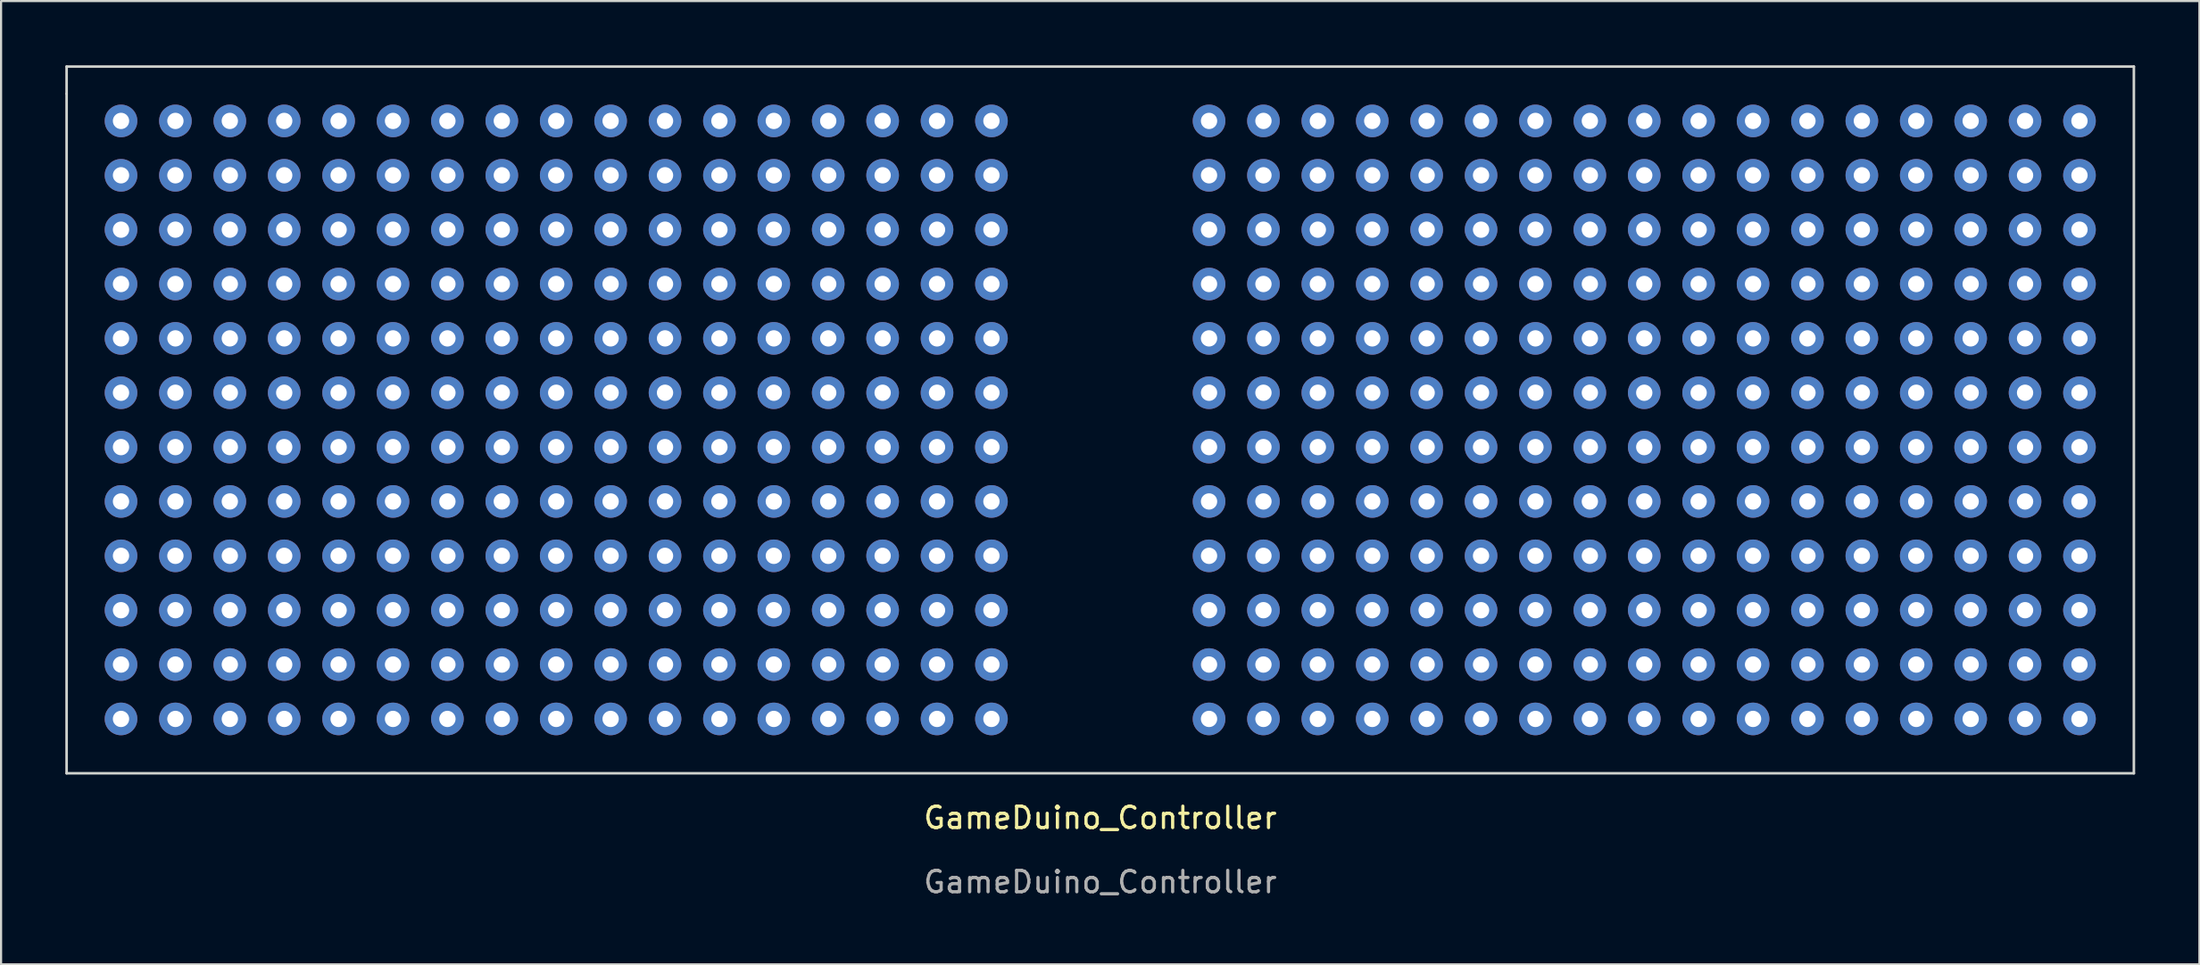
<source format=kicad_pcb>
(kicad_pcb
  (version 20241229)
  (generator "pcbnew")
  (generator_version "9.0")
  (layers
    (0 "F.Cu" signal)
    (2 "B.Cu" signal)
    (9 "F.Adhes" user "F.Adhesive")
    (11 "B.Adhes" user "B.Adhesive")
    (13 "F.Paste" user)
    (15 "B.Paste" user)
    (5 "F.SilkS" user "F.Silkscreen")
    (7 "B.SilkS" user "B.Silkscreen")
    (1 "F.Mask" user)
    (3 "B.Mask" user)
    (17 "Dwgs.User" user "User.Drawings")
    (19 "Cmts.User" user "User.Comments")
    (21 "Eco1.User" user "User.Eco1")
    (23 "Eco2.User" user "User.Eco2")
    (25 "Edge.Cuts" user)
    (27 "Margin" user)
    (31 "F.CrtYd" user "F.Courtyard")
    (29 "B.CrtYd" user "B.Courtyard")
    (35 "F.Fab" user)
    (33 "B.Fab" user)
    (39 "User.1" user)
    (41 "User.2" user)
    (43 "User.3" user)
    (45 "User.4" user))
  (footprint "GameDuino_Controller"
    (layer "F.Cu")
    (at 48.32 2.6)
    (property "Reference" "GameDuino_Controller" (at 0 32.56 0) (unlocked yes) (layer "F.SilkS") (effects (font (size 1 1) (thickness 0.15))))
    (attr through_hole)
    (fp_line (start -48.26 -2.54) (end -48.26 -1.27) (stroke (width 0.12) (type solid)) (layer "Edge.Cuts"))
    (fp_line (start -48.26 -1.27) (end -48.26 30.48) (stroke (width 0.12) (type solid)) (layer "Edge.Cuts"))
    (fp_line (start -48.26 30.48) (end 48.26 30.48) (stroke (width 0.12) (type solid)) (layer "Edge.Cuts"))
    (fp_line (start 48.26 -2.54) (end -48.26 -2.54) (stroke (width 0.12) (type solid)) (layer "Edge.Cuts"))
    (fp_line (start 48.26 30.48) (end 48.26 -2.54) (stroke (width 0.12) (type solid)) (layer "Edge.Cuts"))
    (fp_text user "${REFERENCE}" (at 0 35.56 0) (unlocked yes) (layer "F.Fab") (effects (font (size 1 1) (thickness 0.15))))
    (pad "1" thru_hole circle (at -45.72 0) (size 1.524 1.524) (drill 0.762) (layers "*.Cu" "*.Mask"))
    (pad "2" thru_hole circle (at -43.18 0) (size 1.524 1.524) (drill 0.762) (layers "*.Cu" "*.Mask"))
    (pad "3" thru_hole circle (at -40.64 0) (size 1.524 1.524) (drill 0.762) (layers "*.Cu" "*.Mask"))
    (pad "4" thru_hole circle (at -38.1 0) (size 1.524 1.524) (drill 0.762) (layers "*.Cu" "*.Mask"))
    (pad "5" thru_hole circle (at -35.56 0) (size 1.524 1.524) (drill 0.762) (layers "*.Cu" "*.Mask"))
    (pad "6" thru_hole circle (at -33.02 0) (size 1.524 1.524) (drill 0.762) (layers "*.Cu" "*.Mask"))
    (pad "7" thru_hole circle (at -30.48 0) (size 1.524 1.524) (drill 0.762) (layers "*.Cu" "*.Mask"))
    (pad "8" thru_hole circle (at -27.94 0) (size 1.524 1.524) (drill 0.762) (layers "*.Cu" "*.Mask"))
    (pad "9" thru_hole circle (at -25.4 0) (size 1.524 1.524) (drill 0.762) (layers "*.Cu" "*.Mask"))
    (pad "10" thru_hole circle (at -22.86 0) (size 1.524 1.524) (drill 0.762) (layers "*.Cu" "*.Mask"))
    (pad "11" thru_hole circle (at -20.32 0) (size 1.524 1.524) (drill 0.762) (layers "*.Cu" "*.Mask"))
    (pad "12" thru_hole circle (at -17.78 0) (size 1.524 1.524) (drill 0.762) (layers "*.Cu" "*.Mask"))
    (pad "13" thru_hole circle (at -15.24 0) (size 1.524 1.524) (drill 0.762) (layers "*.Cu" "*.Mask"))
    (pad "14" thru_hole circle (at -12.7 0) (size 1.524 1.524) (drill 0.762) (layers "*.Cu" "*.Mask"))
    (pad "15" thru_hole circle (at -10.16 0) (size 1.524 1.524) (drill 0.762) (layers "*.Cu" "*.Mask"))
    (pad "16" thru_hole circle (at -7.62 0) (size 1.524 1.524) (drill 0.762) (layers "*.Cu" "*.Mask"))
    (pad "17" thru_hole circle (at -5.08 0) (size 1.524 1.524) (drill 0.762) (layers "*.Cu" "*.Mask"))
    (pad "21" thru_hole circle (at 5.08 0) (size 1.524 1.524) (drill 0.762) (layers "*.Cu" "*.Mask"))
    (pad "22" thru_hole circle (at 7.62 0) (size 1.524 1.524) (drill 0.762) (layers "*.Cu" "*.Mask"))
    (pad "23" thru_hole circle (at 10.16 0) (size 1.524 1.524) (drill 0.762) (layers "*.Cu" "*.Mask"))
    (pad "24" thru_hole circle (at 12.7 0) (size 1.524 1.524) (drill 0.762) (layers "*.Cu" "*.Mask"))
    (pad "25" thru_hole circle (at 15.24 0) (size 1.524 1.524) (drill 0.762) (layers "*.Cu" "*.Mask"))
    (pad "26" thru_hole circle (at 17.78 0) (size 1.524 1.524) (drill 0.762) (layers "*.Cu" "*.Mask"))
    (pad "27" thru_hole circle (at 20.32 0) (size 1.524 1.524) (drill 0.762) (layers "*.Cu" "*.Mask"))
    (pad "28" thru_hole circle (at 22.86 0) (size 1.524 1.524) (drill 0.762) (layers "*.Cu" "*.Mask"))
    (pad "29" thru_hole circle (at 25.4 0) (size 1.524 1.524) (drill 0.762) (layers "*.Cu" "*.Mask"))
    (pad "30" thru_hole circle (at 27.94 0) (size 1.524 1.524) (drill 0.762) (layers "*.Cu" "*.Mask"))
    (pad "31" thru_hole circle (at 30.48 0) (size 1.524 1.524) (drill 0.762) (layers "*.Cu" "*.Mask"))
    (pad "32" thru_hole circle (at 33.02 0) (size 1.524 1.524) (drill 0.762) (layers "*.Cu" "*.Mask"))
    (pad "33" thru_hole circle (at 35.56 0) (size 1.524 1.524) (drill 0.762) (layers "*.Cu" "*.Mask"))
    (pad "34" thru_hole circle (at 38.1 0) (size 1.524 1.524) (drill 0.762) (layers "*.Cu" "*.Mask"))
    (pad "35" thru_hole circle (at 40.64 0) (size 1.524 1.524) (drill 0.762) (layers "*.Cu" "*.Mask"))
    (pad "36" thru_hole circle (at 43.18 0) (size 1.524 1.524) (drill 0.762) (layers "*.Cu" "*.Mask"))
    (pad "37" thru_hole circle (at 45.72 0) (size 1.524 1.524) (drill 0.762) (layers "*.Cu" "*.Mask"))
    (pad "38" thru_hole circle (at -45.72 2.54) (size 1.524 1.524) (drill 0.762) (layers "*.Cu" "*.Mask"))
    (pad "39" thru_hole circle (at -43.18 2.54) (size 1.524 1.524) (drill 0.762) (layers "*.Cu" "*.Mask"))
    (pad "40" thru_hole circle (at -40.64 2.54) (size 1.524 1.524) (drill 0.762) (layers "*.Cu" "*.Mask"))
    (pad "41" thru_hole circle (at -38.1 2.54) (size 1.524 1.524) (drill 0.762) (layers "*.Cu" "*.Mask"))
    (pad "42" thru_hole circle (at -35.56 2.54) (size 1.524 1.524) (drill 0.762) (layers "*.Cu" "*.Mask"))
    (pad "43" thru_hole circle (at -33.02 2.54) (size 1.524 1.524) (drill 0.762) (layers "*.Cu" "*.Mask"))
    (pad "44" thru_hole circle (at -30.48 2.54) (size 1.524 1.524) (drill 0.762) (layers "*.Cu" "*.Mask"))
    (pad "45" thru_hole circle (at -27.94 2.54) (size 1.524 1.524) (drill 0.762) (layers "*.Cu" "*.Mask"))
    (pad "46" thru_hole circle (at -25.4 2.54) (size 1.524 1.524) (drill 0.762) (layers "*.Cu" "*.Mask"))
    (pad "47" thru_hole circle (at -22.86 2.54) (size 1.524 1.524) (drill 0.762) (layers "*.Cu" "*.Mask"))
    (pad "48" thru_hole circle (at -20.32 2.54) (size 1.524 1.524) (drill 0.762) (layers "*.Cu" "*.Mask"))
    (pad "49" thru_hole circle (at -17.78 2.54) (size 1.524 1.524) (drill 0.762) (layers "*.Cu" "*.Mask"))
    (pad "50" thru_hole circle (at -15.24 2.54) (size 1.524 1.524) (drill 0.762) (layers "*.Cu" "*.Mask"))
    (pad "51" thru_hole circle (at -12.7 2.54) (size 1.524 1.524) (drill 0.762) (layers "*.Cu" "*.Mask"))
    (pad "52" thru_hole circle (at -10.16 2.54) (size 1.524 1.524) (drill 0.762) (layers "*.Cu" "*.Mask"))
    (pad "53" thru_hole circle (at -7.62 2.54) (size 1.524 1.524) (drill 0.762) (layers "*.Cu" "*.Mask"))
    (pad "54" thru_hole circle (at -5.08 2.54) (size 1.524 1.524) (drill 0.762) (layers "*.Cu" "*.Mask"))
    (pad "58" thru_hole circle (at 5.08 2.54) (size 1.524 1.524) (drill 0.762) (layers "*.Cu" "*.Mask"))
    (pad "59" thru_hole circle (at 7.62 2.54) (size 1.524 1.524) (drill 0.762) (layers "*.Cu" "*.Mask"))
    (pad "60" thru_hole circle (at 10.16 2.54) (size 1.524 1.524) (drill 0.762) (layers "*.Cu" "*.Mask"))
    (pad "61" thru_hole circle (at 12.7 2.54) (size 1.524 1.524) (drill 0.762) (layers "*.Cu" "*.Mask"))
    (pad "62" thru_hole circle (at 15.24 2.54) (size 1.524 1.524) (drill 0.762) (layers "*.Cu" "*.Mask"))
    (pad "63" thru_hole circle (at 17.78 2.54) (size 1.524 1.524) (drill 0.762) (layers "*.Cu" "*.Mask"))
    (pad "64" thru_hole circle (at 20.32 2.54) (size 1.524 1.524) (drill 0.762) (layers "*.Cu" "*.Mask"))
    (pad "65" thru_hole circle (at 22.86 2.54) (size 1.524 1.524) (drill 0.762) (layers "*.Cu" "*.Mask"))
    (pad "66" thru_hole circle (at 25.4 2.54) (size 1.524 1.524) (drill 0.762) (layers "*.Cu" "*.Mask"))
    (pad "67" thru_hole circle (at 27.94 2.54) (size 1.524 1.524) (drill 0.762) (layers "*.Cu" "*.Mask"))
    (pad "68" thru_hole circle (at 30.48 2.54) (size 1.524 1.524) (drill 0.762) (layers "*.Cu" "*.Mask"))
    (pad "69" thru_hole circle (at 33.02 2.54) (size 1.524 1.524) (drill 0.762) (layers "*.Cu" "*.Mask"))
    (pad "70" thru_hole circle (at 35.56 2.54) (size 1.524 1.524) (drill 0.762) (layers "*.Cu" "*.Mask"))
    (pad "71" thru_hole circle (at 38.1 2.54) (size 1.524 1.524) (drill 0.762) (layers "*.Cu" "*.Mask"))
    (pad "72" thru_hole circle (at 40.64 2.54) (size 1.524 1.524) (drill 0.762) (layers "*.Cu" "*.Mask"))
    (pad "73" thru_hole circle (at 43.18 2.54) (size 1.524 1.524) (drill 0.762) (layers "*.Cu" "*.Mask"))
    (pad "74" thru_hole circle (at 45.72 2.54) (size 1.524 1.524) (drill 0.762) (layers "*.Cu" "*.Mask"))
    (pad "75" thru_hole circle (at -45.72 5.08) (size 1.524 1.524) (drill 0.762) (layers "*.Cu" "*.Mask"))
    (pad "76" thru_hole circle (at -43.18 5.08) (size 1.524 1.524) (drill 0.762) (layers "*.Cu" "*.Mask"))
    (pad "77" thru_hole circle (at -40.64 5.08) (size 1.524 1.524) (drill 0.762) (layers "*.Cu" "*.Mask"))
    (pad "78" thru_hole circle (at -38.1 5.08) (size 1.524 1.524) (drill 0.762) (layers "*.Cu" "*.Mask"))
    (pad "79" thru_hole circle (at -35.56 5.08) (size 1.524 1.524) (drill 0.762) (layers "*.Cu" "*.Mask"))
    (pad "80" thru_hole circle (at -33.02 5.08) (size 1.524 1.524) (drill 0.762) (layers "*.Cu" "*.Mask"))
    (pad "81" thru_hole circle (at -30.48 5.08) (size 1.524 1.524) (drill 0.762) (layers "*.Cu" "*.Mask"))
    (pad "82" thru_hole circle (at -27.94 5.08) (size 1.524 1.524) (drill 0.762) (layers "*.Cu" "*.Mask"))
    (pad "83" thru_hole circle (at -25.4 5.08) (size 1.524 1.524) (drill 0.762) (layers "*.Cu" "*.Mask"))
    (pad "84" thru_hole circle (at -22.86 5.08) (size 1.524 1.524) (drill 0.762) (layers "*.Cu" "*.Mask"))
    (pad "85" thru_hole circle (at -20.32 5.08) (size 1.524 1.524) (drill 0.762) (layers "*.Cu" "*.Mask"))
    (pad "86" thru_hole circle (at -17.78 5.08) (size 1.524 1.524) (drill 0.762) (layers "*.Cu" "*.Mask"))
    (pad "87" thru_hole circle (at -15.24 5.08) (size 1.524 1.524) (drill 0.762) (layers "*.Cu" "*.Mask"))
    (pad "88" thru_hole circle (at -12.7 5.08) (size 1.524 1.524) (drill 0.762) (layers "*.Cu" "*.Mask"))
    (pad "89" thru_hole circle (at -10.16 5.08) (size 1.524 1.524) (drill 0.762) (layers "*.Cu" "*.Mask"))
    (pad "90" thru_hole circle (at -7.62 5.08) (size 1.524 1.524) (drill 0.762) (layers "*.Cu" "*.Mask"))
    (pad "91" thru_hole circle (at -5.08 5.08) (size 1.524 1.524) (drill 0.762) (layers "*.Cu" "*.Mask"))
    (pad "95" thru_hole circle (at 5.08 5.08) (size 1.524 1.524) (drill 0.762) (layers "*.Cu" "*.Mask"))
    (pad "96" thru_hole circle (at 7.62 5.08) (size 1.524 1.524) (drill 0.762) (layers "*.Cu" "*.Mask"))
    (pad "97" thru_hole circle (at 10.16 5.08) (size 1.524 1.524) (drill 0.762) (layers "*.Cu" "*.Mask"))
    (pad "98" thru_hole circle (at 12.7 5.08) (size 1.524 1.524) (drill 0.762) (layers "*.Cu" "*.Mask"))
    (pad "99" thru_hole circle (at 15.24 5.08) (size 1.524 1.524) (drill 0.762) (layers "*.Cu" "*.Mask"))
    (pad "100" thru_hole circle (at 17.78 5.08) (size 1.524 1.524) (drill 0.762) (layers "*.Cu" "*.Mask"))
    (pad "101" thru_hole circle (at 20.32 5.08) (size 1.524 1.524) (drill 0.762) (layers "*.Cu" "*.Mask"))
    (pad "102" thru_hole circle (at 22.86 5.08) (size 1.524 1.524) (drill 0.762) (layers "*.Cu" "*.Mask"))
    (pad "103" thru_hole circle (at 25.4 5.08) (size 1.524 1.524) (drill 0.762) (layers "*.Cu" "*.Mask"))
    (pad "104" thru_hole circle (at 27.94 5.08) (size 1.524 1.524) (drill 0.762) (layers "*.Cu" "*.Mask"))
    (pad "105" thru_hole circle (at 30.48 5.08) (size 1.524 1.524) (drill 0.762) (layers "*.Cu" "*.Mask"))
    (pad "106" thru_hole circle (at 33.02 5.08) (size 1.524 1.524) (drill 0.762) (layers "*.Cu" "*.Mask"))
    (pad "107" thru_hole circle (at 35.56 5.08) (size 1.524 1.524) (drill 0.762) (layers "*.Cu" "*.Mask"))
    (pad "108" thru_hole circle (at 38.1 5.08) (size 1.524 1.524) (drill 0.762) (layers "*.Cu" "*.Mask"))
    (pad "109" thru_hole circle (at 40.64 5.08) (size 1.524 1.524) (drill 0.762) (layers "*.Cu" "*.Mask"))
    (pad "110" thru_hole circle (at 43.18 5.08) (size 1.524 1.524) (drill 0.762) (layers "*.Cu" "*.Mask"))
    (pad "111" thru_hole circle (at 45.72 5.08) (size 1.524 1.524) (drill 0.762) (layers "*.Cu" "*.Mask"))
    (pad "112" thru_hole circle (at -45.72 7.62) (size 1.524 1.524) (drill 0.762) (layers "*.Cu" "*.Mask"))
    (pad "113" thru_hole circle (at -43.18 7.62) (size 1.524 1.524) (drill 0.762) (layers "*.Cu" "*.Mask"))
    (pad "114" thru_hole circle (at -40.64 7.62) (size 1.524 1.524) (drill 0.762) (layers "*.Cu" "*.Mask"))
    (pad "115" thru_hole circle (at -38.1 7.62) (size 1.524 1.524) (drill 0.762) (layers "*.Cu" "*.Mask"))
    (pad "116" thru_hole circle (at -35.56 7.62) (size 1.524 1.524) (drill 0.762) (layers "*.Cu" "*.Mask"))
    (pad "117" thru_hole circle (at -33.02 7.62) (size 1.524 1.524) (drill 0.762) (layers "*.Cu" "*.Mask"))
    (pad "118" thru_hole circle (at -30.48 7.62) (size 1.524 1.524) (drill 0.762) (layers "*.Cu" "*.Mask"))
    (pad "119" thru_hole circle (at -27.94 7.62) (size 1.524 1.524) (drill 0.762) (layers "*.Cu" "*.Mask"))
    (pad "120" thru_hole circle (at -25.4 7.62) (size 1.524 1.524) (drill 0.762) (layers "*.Cu" "*.Mask"))
    (pad "121" thru_hole circle (at -22.86 7.62) (size 1.524 1.524) (drill 0.762) (layers "*.Cu" "*.Mask"))
    (pad "122" thru_hole circle (at -20.32 7.62) (size 1.524 1.524) (drill 0.762) (layers "*.Cu" "*.Mask"))
    (pad "123" thru_hole circle (at -17.78 7.62) (size 1.524 1.524) (drill 0.762) (layers "*.Cu" "*.Mask"))
    (pad "124" thru_hole circle (at -15.24 7.62) (size 1.524 1.524) (drill 0.762) (layers "*.Cu" "*.Mask"))
    (pad "125" thru_hole circle (at -12.7 7.62) (size 1.524 1.524) (drill 0.762) (layers "*.Cu" "*.Mask"))
    (pad "126" thru_hole circle (at -10.16 7.62) (size 1.524 1.524) (drill 0.762) (layers "*.Cu" "*.Mask"))
    (pad "127" thru_hole circle (at -7.62 7.62) (size 1.524 1.524) (drill 0.762) (layers "*.Cu" "*.Mask"))
    (pad "128" thru_hole circle (at -5.08 7.62) (size 1.524 1.524) (drill 0.762) (layers "*.Cu" "*.Mask"))
    (pad "132" thru_hole circle (at 5.08 7.62) (size 1.524 1.524) (drill 0.762) (layers "*.Cu" "*.Mask"))
    (pad "133" thru_hole circle (at 7.62 7.62) (size 1.524 1.524) (drill 0.762) (layers "*.Cu" "*.Mask"))
    (pad "134" thru_hole circle (at 10.16 7.62) (size 1.524 1.524) (drill 0.762) (layers "*.Cu" "*.Mask"))
    (pad "135" thru_hole circle (at 12.7 7.62) (size 1.524 1.524) (drill 0.762) (layers "*.Cu" "*.Mask"))
    (pad "136" thru_hole circle (at 15.24 7.62) (size 1.524 1.524) (drill 0.762) (layers "*.Cu" "*.Mask"))
    (pad "137" thru_hole circle (at 17.78 7.62) (size 1.524 1.524) (drill 0.762) (layers "*.Cu" "*.Mask"))
    (pad "138" thru_hole circle (at 20.32 7.62) (size 1.524 1.524) (drill 0.762) (layers "*.Cu" "*.Mask"))
    (pad "139" thru_hole circle (at 22.86 7.62) (size 1.524 1.524) (drill 0.762) (layers "*.Cu" "*.Mask"))
    (pad "140" thru_hole circle (at 25.4 7.62) (size 1.524 1.524) (drill 0.762) (layers "*.Cu" "*.Mask"))
    (pad "141" thru_hole circle (at 27.94 7.62) (size 1.524 1.524) (drill 0.762) (layers "*.Cu" "*.Mask"))
    (pad "142" thru_hole circle (at 30.48 7.62) (size 1.524 1.524) (drill 0.762) (layers "*.Cu" "*.Mask"))
    (pad "143" thru_hole circle (at 33.02 7.62) (size 1.524 1.524) (drill 0.762) (layers "*.Cu" "*.Mask"))
    (pad "144" thru_hole circle (at 35.56 7.62) (size 1.524 1.524) (drill 0.762) (layers "*.Cu" "*.Mask"))
    (pad "145" thru_hole circle (at 38.1 7.62) (size 1.524 1.524) (drill 0.762) (layers "*.Cu" "*.Mask"))
    (pad "146" thru_hole circle (at 40.64 7.62) (size 1.524 1.524) (drill 0.762) (layers "*.Cu" "*.Mask"))
    (pad "147" thru_hole circle (at 43.18 7.62) (size 1.524 1.524) (drill 0.762) (layers "*.Cu" "*.Mask"))
    (pad "148" thru_hole circle (at 45.72 7.62) (size 1.524 1.524) (drill 0.762) (layers "*.Cu" "*.Mask"))
    (pad "149" thru_hole circle (at -45.72 10.16) (size 1.524 1.524) (drill 0.762) (layers "*.Cu" "*.Mask"))
    (pad "150" thru_hole circle (at -43.18 10.16) (size 1.524 1.524) (drill 0.762) (layers "*.Cu" "*.Mask"))
    (pad "151" thru_hole circle (at -40.64 10.16) (size 1.524 1.524) (drill 0.762) (layers "*.Cu" "*.Mask"))
    (pad "152" thru_hole circle (at -38.1 10.16) (size 1.524 1.524) (drill 0.762) (layers "*.Cu" "*.Mask"))
    (pad "153" thru_hole circle (at -35.56 10.16) (size 1.524 1.524) (drill 0.762) (layers "*.Cu" "*.Mask"))
    (pad "154" thru_hole circle (at -33.02 10.16) (size 1.524 1.524) (drill 0.762) (layers "*.Cu" "*.Mask"))
    (pad "155" thru_hole circle (at -30.48 10.16) (size 1.524 1.524) (drill 0.762) (layers "*.Cu" "*.Mask"))
    (pad "156" thru_hole circle (at -27.94 10.16) (size 1.524 1.524) (drill 0.762) (layers "*.Cu" "*.Mask"))
    (pad "157" thru_hole circle (at -25.4 10.16) (size 1.524 1.524) (drill 0.762) (layers "*.Cu" "*.Mask"))
    (pad "158" thru_hole circle (at -22.86 10.16) (size 1.524 1.524) (drill 0.762) (layers "*.Cu" "*.Mask"))
    (pad "159" thru_hole circle (at -20.32 10.16) (size 1.524 1.524) (drill 0.762) (layers "*.Cu" "*.Mask"))
    (pad "160" thru_hole circle (at -17.78 10.16) (size 1.524 1.524) (drill 0.762) (layers "*.Cu" "*.Mask"))
    (pad "161" thru_hole circle (at -15.24 10.16) (size 1.524 1.524) (drill 0.762) (layers "*.Cu" "*.Mask"))
    (pad "162" thru_hole circle (at -12.7 10.16) (size 1.524 1.524) (drill 0.762) (layers "*.Cu" "*.Mask"))
    (pad "163" thru_hole circle (at -10.16 10.16) (size 1.524 1.524) (drill 0.762) (layers "*.Cu" "*.Mask"))
    (pad "164" thru_hole circle (at -7.62 10.16) (size 1.524 1.524) (drill 0.762) (layers "*.Cu" "*.Mask"))
    (pad "165" thru_hole circle (at -5.08 10.16) (size 1.524 1.524) (drill 0.762) (layers "*.Cu" "*.Mask"))
    (pad "169" thru_hole circle (at 5.08 10.16) (size 1.524 1.524) (drill 0.762) (layers "*.Cu" "*.Mask"))
    (pad "170" thru_hole circle (at 7.62 10.16) (size 1.524 1.524) (drill 0.762) (layers "*.Cu" "*.Mask"))
    (pad "171" thru_hole circle (at 10.16 10.16) (size 1.524 1.524) (drill 0.762) (layers "*.Cu" "*.Mask"))
    (pad "172" thru_hole circle (at 12.7 10.16) (size 1.524 1.524) (drill 0.762) (layers "*.Cu" "*.Mask"))
    (pad "173" thru_hole circle (at 15.24 10.16) (size 1.524 1.524) (drill 0.762) (layers "*.Cu" "*.Mask"))
    (pad "174" thru_hole circle (at 17.78 10.16) (size 1.524 1.524) (drill 0.762) (layers "*.Cu" "*.Mask"))
    (pad "175" thru_hole circle (at 20.32 10.16) (size 1.524 1.524) (drill 0.762) (layers "*.Cu" "*.Mask"))
    (pad "176" thru_hole circle (at 22.86 10.16) (size 1.524 1.524) (drill 0.762) (layers "*.Cu" "*.Mask"))
    (pad "177" thru_hole circle (at 25.4 10.16) (size 1.524 1.524) (drill 0.762) (layers "*.Cu" "*.Mask"))
    (pad "178" thru_hole circle (at 27.94 10.16) (size 1.524 1.524) (drill 0.762) (layers "*.Cu" "*.Mask"))
    (pad "179" thru_hole circle (at 30.48 10.16) (size 1.524 1.524) (drill 0.762) (layers "*.Cu" "*.Mask"))
    (pad "180" thru_hole circle (at 33.02 10.16) (size 1.524 1.524) (drill 0.762) (layers "*.Cu" "*.Mask"))
    (pad "181" thru_hole circle (at 35.56 10.16) (size 1.524 1.524) (drill 0.762) (layers "*.Cu" "*.Mask"))
    (pad "182" thru_hole circle (at 38.1 10.16) (size 1.524 1.524) (drill 0.762) (layers "*.Cu" "*.Mask"))
    (pad "183" thru_hole circle (at 40.64 10.16) (size 1.524 1.524) (drill 0.762) (layers "*.Cu" "*.Mask"))
    (pad "184" thru_hole circle (at 43.18 10.16) (size 1.524 1.524) (drill 0.762) (layers "*.Cu" "*.Mask"))
    (pad "185" thru_hole circle (at 45.72 10.16) (size 1.524 1.524) (drill 0.762) (layers "*.Cu" "*.Mask"))
    (pad "186" thru_hole circle (at -45.72 12.7) (size 1.524 1.524) (drill 0.762) (layers "*.Cu" "*.Mask"))
    (pad "187" thru_hole circle (at -43.18 12.7) (size 1.524 1.524) (drill 0.762) (layers "*.Cu" "*.Mask"))
    (pad "188" thru_hole circle (at -40.64 12.7) (size 1.524 1.524) (drill 0.762) (layers "*.Cu" "*.Mask"))
    (pad "189" thru_hole circle (at -38.1 12.7) (size 1.524 1.524) (drill 0.762) (layers "*.Cu" "*.Mask"))
    (pad "190" thru_hole circle (at -35.56 12.7) (size 1.524 1.524) (drill 0.762) (layers "*.Cu" "*.Mask"))
    (pad "191" thru_hole circle (at -33.02 12.7) (size 1.524 1.524) (drill 0.762) (layers "*.Cu" "*.Mask"))
    (pad "192" thru_hole circle (at -30.48 12.7) (size 1.524 1.524) (drill 0.762) (layers "*.Cu" "*.Mask"))
    (pad "193" thru_hole circle (at -27.94 12.7) (size 1.524 1.524) (drill 0.762) (layers "*.Cu" "*.Mask"))
    (pad "194" thru_hole circle (at -25.4 12.7) (size 1.524 1.524) (drill 0.762) (layers "*.Cu" "*.Mask"))
    (pad "195" thru_hole circle (at -22.86 12.7) (size 1.524 1.524) (drill 0.762) (layers "*.Cu" "*.Mask"))
    (pad "196" thru_hole circle (at -20.32 12.7) (size 1.524 1.524) (drill 0.762) (layers "*.Cu" "*.Mask"))
    (pad "197" thru_hole circle (at -17.78 12.7) (size 1.524 1.524) (drill 0.762) (layers "*.Cu" "*.Mask"))
    (pad "198" thru_hole circle (at -15.24 12.7) (size 1.524 1.524) (drill 0.762) (layers "*.Cu" "*.Mask"))
    (pad "199" thru_hole circle (at -12.7 12.7) (size 1.524 1.524) (drill 0.762) (layers "*.Cu" "*.Mask"))
    (pad "200" thru_hole circle (at -10.16 12.7) (size 1.524 1.524) (drill 0.762) (layers "*.Cu" "*.Mask"))
    (pad "201" thru_hole circle (at -7.62 12.7) (size 1.524 1.524) (drill 0.762) (layers "*.Cu" "*.Mask"))
    (pad "202" thru_hole circle (at -5.08 12.7) (size 1.524 1.524) (drill 0.762) (layers "*.Cu" "*.Mask"))
    (pad "206" thru_hole circle (at 5.08 12.7) (size 1.524 1.524) (drill 0.762) (layers "*.Cu" "*.Mask"))
    (pad "207" thru_hole circle (at 7.62 12.7) (size 1.524 1.524) (drill 0.762) (layers "*.Cu" "*.Mask"))
    (pad "208" thru_hole circle (at 10.16 12.7) (size 1.524 1.524) (drill 0.762) (layers "*.Cu" "*.Mask"))
    (pad "209" thru_hole circle (at 12.7 12.7) (size 1.524 1.524) (drill 0.762) (layers "*.Cu" "*.Mask"))
    (pad "210" thru_hole circle (at 15.24 12.7) (size 1.524 1.524) (drill 0.762) (layers "*.Cu" "*.Mask"))
    (pad "211" thru_hole circle (at 17.78 12.7) (size 1.524 1.524) (drill 0.762) (layers "*.Cu" "*.Mask"))
    (pad "212" thru_hole circle (at 20.32 12.7) (size 1.524 1.524) (drill 0.762) (layers "*.Cu" "*.Mask"))
    (pad "213" thru_hole circle (at 22.86 12.7) (size 1.524 1.524) (drill 0.762) (layers "*.Cu" "*.Mask"))
    (pad "214" thru_hole circle (at 25.4 12.7) (size 1.524 1.524) (drill 0.762) (layers "*.Cu" "*.Mask"))
    (pad "215" thru_hole circle (at 27.94 12.7) (size 1.524 1.524) (drill 0.762) (layers "*.Cu" "*.Mask"))
    (pad "216" thru_hole circle (at 30.48 12.7) (size 1.524 1.524) (drill 0.762) (layers "*.Cu" "*.Mask"))
    (pad "217" thru_hole circle (at 33.02 12.7) (size 1.524 1.524) (drill 0.762) (layers "*.Cu" "*.Mask"))
    (pad "218" thru_hole circle (at 35.56 12.7) (size 1.524 1.524) (drill 0.762) (layers "*.Cu" "*.Mask"))
    (pad "219" thru_hole circle (at 38.1 12.7) (size 1.524 1.524) (drill 0.762) (layers "*.Cu" "*.Mask"))
    (pad "220" thru_hole circle (at 40.64 12.7) (size 1.524 1.524) (drill 0.762) (layers "*.Cu" "*.Mask"))
    (pad "221" thru_hole circle (at 43.18 12.7) (size 1.524 1.524) (drill 0.762) (layers "*.Cu" "*.Mask"))
    (pad "222" thru_hole circle (at 45.72 12.7) (size 1.524 1.524) (drill 0.762) (layers "*.Cu" "*.Mask"))
    (pad "223" thru_hole circle (at -45.72 15.24) (size 1.524 1.524) (drill 0.762) (layers "*.Cu" "*.Mask"))
    (pad "224" thru_hole circle (at -43.18 15.24) (size 1.524 1.524) (drill 0.762) (layers "*.Cu" "*.Mask"))
    (pad "225" thru_hole circle (at -40.64 15.24) (size 1.524 1.524) (drill 0.762) (layers "*.Cu" "*.Mask"))
    (pad "226" thru_hole circle (at -38.1 15.24) (size 1.524 1.524) (drill 0.762) (layers "*.Cu" "*.Mask"))
    (pad "227" thru_hole circle (at -35.56 15.24) (size 1.524 1.524) (drill 0.762) (layers "*.Cu" "*.Mask"))
    (pad "228" thru_hole circle (at -33.02 15.24) (size 1.524 1.524) (drill 0.762) (layers "*.Cu" "*.Mask"))
    (pad "229" thru_hole circle (at -30.48 15.24) (size 1.524 1.524) (drill 0.762) (layers "*.Cu" "*.Mask"))
    (pad "230" thru_hole circle (at -27.94 15.24) (size 1.524 1.524) (drill 0.762) (layers "*.Cu" "*.Mask"))
    (pad "231" thru_hole circle (at -25.4 15.24) (size 1.524 1.524) (drill 0.762) (layers "*.Cu" "*.Mask"))
    (pad "232" thru_hole circle (at -22.86 15.24) (size 1.524 1.524) (drill 0.762) (layers "*.Cu" "*.Mask"))
    (pad "233" thru_hole circle (at -20.32 15.24) (size 1.524 1.524) (drill 0.762) (layers "*.Cu" "*.Mask"))
    (pad "234" thru_hole circle (at -17.78 15.24) (size 1.524 1.524) (drill 0.762) (layers "*.Cu" "*.Mask"))
    (pad "235" thru_hole circle (at -15.24 15.24) (size 1.524 1.524) (drill 0.762) (layers "*.Cu" "*.Mask"))
    (pad "236" thru_hole circle (at -12.7 15.24) (size 1.524 1.524) (drill 0.762) (layers "*.Cu" "*.Mask"))
    (pad "237" thru_hole circle (at -10.16 15.24) (size 1.524 1.524) (drill 0.762) (layers "*.Cu" "*.Mask"))
    (pad "238" thru_hole circle (at -7.62 15.24) (size 1.524 1.524) (drill 0.762) (layers "*.Cu" "*.Mask"))
    (pad "239" thru_hole circle (at -5.08 15.24) (size 1.524 1.524) (drill 0.762) (layers "*.Cu" "*.Mask"))
    (pad "243" thru_hole circle (at 5.08 15.24) (size 1.524 1.524) (drill 0.762) (layers "*.Cu" "*.Mask"))
    (pad "244" thru_hole circle (at 7.62 15.24) (size 1.524 1.524) (drill 0.762) (layers "*.Cu" "*.Mask"))
    (pad "245" thru_hole circle (at 10.16 15.24) (size 1.524 1.524) (drill 0.762) (layers "*.Cu" "*.Mask"))
    (pad "246" thru_hole circle (at 12.7 15.24) (size 1.524 1.524) (drill 0.762) (layers "*.Cu" "*.Mask"))
    (pad "247" thru_hole circle (at 15.24 15.24) (size 1.524 1.524) (drill 0.762) (layers "*.Cu" "*.Mask"))
    (pad "248" thru_hole circle (at 17.78 15.24) (size 1.524 1.524) (drill 0.762) (layers "*.Cu" "*.Mask"))
    (pad "249" thru_hole circle (at 20.32 15.24) (size 1.524 1.524) (drill 0.762) (layers "*.Cu" "*.Mask"))
    (pad "250" thru_hole circle (at 22.86 15.24) (size 1.524 1.524) (drill 0.762) (layers "*.Cu" "*.Mask"))
    (pad "251" thru_hole circle (at 25.4 15.24) (size 1.524 1.524) (drill 0.762) (layers "*.Cu" "*.Mask"))
    (pad "252" thru_hole circle (at 27.94 15.24) (size 1.524 1.524) (drill 0.762) (layers "*.Cu" "*.Mask"))
    (pad "253" thru_hole circle (at 30.48 15.24) (size 1.524 1.524) (drill 0.762) (layers "*.Cu" "*.Mask"))
    (pad "254" thru_hole circle (at 33.02 15.24) (size 1.524 1.524) (drill 0.762) (layers "*.Cu" "*.Mask"))
    (pad "255" thru_hole circle (at 35.56 15.24) (size 1.524 1.524) (drill 0.762) (layers "*.Cu" "*.Mask"))
    (pad "256" thru_hole circle (at 38.1 15.24) (size 1.524 1.524) (drill 0.762) (layers "*.Cu" "*.Mask"))
    (pad "257" thru_hole circle (at 40.64 15.24) (size 1.524 1.524) (drill 0.762) (layers "*.Cu" "*.Mask"))
    (pad "258" thru_hole circle (at 43.18 15.24) (size 1.524 1.524) (drill 0.762) (layers "*.Cu" "*.Mask"))
    (pad "259" thru_hole circle (at 45.72 15.24) (size 1.524 1.524) (drill 0.762) (layers "*.Cu" "*.Mask"))
    (pad "260" thru_hole circle (at -45.72 17.78) (size 1.524 1.524) (drill 0.762) (layers "*.Cu" "*.Mask"))
    (pad "261" thru_hole circle (at -43.18 17.78) (size 1.524 1.524) (drill 0.762) (layers "*.Cu" "*.Mask"))
    (pad "262" thru_hole circle (at -40.64 17.78) (size 1.524 1.524) (drill 0.762) (layers "*.Cu" "*.Mask"))
    (pad "263" thru_hole circle (at -38.1 17.78) (size 1.524 1.524) (drill 0.762) (layers "*.Cu" "*.Mask"))
    (pad "264" thru_hole circle (at -35.56 17.78) (size 1.524 1.524) (drill 0.762) (layers "*.Cu" "*.Mask"))
    (pad "265" thru_hole circle (at -33.02 17.78) (size 1.524 1.524) (drill 0.762) (layers "*.Cu" "*.Mask"))
    (pad "266" thru_hole circle (at -30.48 17.78) (size 1.524 1.524) (drill 0.762) (layers "*.Cu" "*.Mask"))
    (pad "267" thru_hole circle (at -27.94 17.78) (size 1.524 1.524) (drill 0.762) (layers "*.Cu" "*.Mask"))
    (pad "268" thru_hole circle (at -25.4 17.78) (size 1.524 1.524) (drill 0.762) (layers "*.Cu" "*.Mask"))
    (pad "269" thru_hole circle (at -22.86 17.78) (size 1.524 1.524) (drill 0.762) (layers "*.Cu" "*.Mask"))
    (pad "270" thru_hole circle (at -20.32 17.78) (size 1.524 1.524) (drill 0.762) (layers "*.Cu" "*.Mask"))
    (pad "271" thru_hole circle (at -17.78 17.78) (size 1.524 1.524) (drill 0.762) (layers "*.Cu" "*.Mask"))
    (pad "272" thru_hole circle (at -15.24 17.78) (size 1.524 1.524) (drill 0.762) (layers "*.Cu" "*.Mask"))
    (pad "273" thru_hole circle (at -12.7 17.78) (size 1.524 1.524) (drill 0.762) (layers "*.Cu" "*.Mask"))
    (pad "274" thru_hole circle (at -10.16 17.78) (size 1.524 1.524) (drill 0.762) (layers "*.Cu" "*.Mask"))
    (pad "275" thru_hole circle (at -7.62 17.78) (size 1.524 1.524) (drill 0.762) (layers "*.Cu" "*.Mask"))
    (pad "276" thru_hole circle (at -5.08 17.78) (size 1.524 1.524) (drill 0.762) (layers "*.Cu" "*.Mask"))
    (pad "280" thru_hole circle (at 5.08 17.78) (size 1.524 1.524) (drill 0.762) (layers "*.Cu" "*.Mask"))
    (pad "281" thru_hole circle (at 7.62 17.78) (size 1.524 1.524) (drill 0.762) (layers "*.Cu" "*.Mask"))
    (pad "282" thru_hole circle (at 10.16 17.78) (size 1.524 1.524) (drill 0.762) (layers "*.Cu" "*.Mask"))
    (pad "283" thru_hole circle (at 12.7 17.78) (size 1.524 1.524) (drill 0.762) (layers "*.Cu" "*.Mask"))
    (pad "284" thru_hole circle (at 15.24 17.78) (size 1.524 1.524) (drill 0.762) (layers "*.Cu" "*.Mask"))
    (pad "285" thru_hole circle (at 17.78 17.78) (size 1.524 1.524) (drill 0.762) (layers "*.Cu" "*.Mask"))
    (pad "286" thru_hole circle (at 20.32 17.78) (size 1.524 1.524) (drill 0.762) (layers "*.Cu" "*.Mask"))
    (pad "287" thru_hole circle (at 22.86 17.78) (size 1.524 1.524) (drill 0.762) (layers "*.Cu" "*.Mask"))
    (pad "288" thru_hole circle (at 25.4 17.78) (size 1.524 1.524) (drill 0.762) (layers "*.Cu" "*.Mask"))
    (pad "289" thru_hole circle (at 27.94 17.78) (size 1.524 1.524) (drill 0.762) (layers "*.Cu" "*.Mask"))
    (pad "290" thru_hole circle (at 30.48 17.78) (size 1.524 1.524) (drill 0.762) (layers "*.Cu" "*.Mask"))
    (pad "291" thru_hole circle (at 33.02 17.78) (size 1.524 1.524) (drill 0.762) (layers "*.Cu" "*.Mask"))
    (pad "292" thru_hole circle (at 35.56 17.78) (size 1.524 1.524) (drill 0.762) (layers "*.Cu" "*.Mask"))
    (pad "293" thru_hole circle (at 38.1 17.78) (size 1.524 1.524) (drill 0.762) (layers "*.Cu" "*.Mask"))
    (pad "294" thru_hole circle (at 40.64 17.78) (size 1.524 1.524) (drill 0.762) (layers "*.Cu" "*.Mask"))
    (pad "295" thru_hole circle (at 43.18 17.78) (size 1.524 1.524) (drill 0.762) (layers "*.Cu" "*.Mask"))
    (pad "296" thru_hole circle (at 45.72 17.78) (size 1.524 1.524) (drill 0.762) (layers "*.Cu" "*.Mask"))
    (pad "297" thru_hole circle (at -45.72 20.32) (size 1.524 1.524) (drill 0.762) (layers "*.Cu" "*.Mask"))
    (pad "298" thru_hole circle (at -43.18 20.32) (size 1.524 1.524) (drill 0.762) (layers "*.Cu" "*.Mask"))
    (pad "299" thru_hole circle (at -40.64 20.32) (size 1.524 1.524) (drill 0.762) (layers "*.Cu" "*.Mask"))
    (pad "300" thru_hole circle (at -38.1 20.32) (size 1.524 1.524) (drill 0.762) (layers "*.Cu" "*.Mask"))
    (pad "301" thru_hole circle (at -35.56 20.32) (size 1.524 1.524) (drill 0.762) (layers "*.Cu" "*.Mask"))
    (pad "302" thru_hole circle (at -33.02 20.32) (size 1.524 1.524) (drill 0.762) (layers "*.Cu" "*.Mask"))
    (pad "303" thru_hole circle (at -30.48 20.32) (size 1.524 1.524) (drill 0.762) (layers "*.Cu" "*.Mask"))
    (pad "304" thru_hole circle (at -27.94 20.32) (size 1.524 1.524) (drill 0.762) (layers "*.Cu" "*.Mask"))
    (pad "305" thru_hole circle (at -25.4 20.32) (size 1.524 1.524) (drill 0.762) (layers "*.Cu" "*.Mask"))
    (pad "306" thru_hole circle (at -22.86 20.32) (size 1.524 1.524) (drill 0.762) (layers "*.Cu" "*.Mask"))
    (pad "307" thru_hole circle (at -20.32 20.32) (size 1.524 1.524) (drill 0.762) (layers "*.Cu" "*.Mask"))
    (pad "308" thru_hole circle (at -17.78 20.32) (size 1.524 1.524) (drill 0.762) (layers "*.Cu" "*.Mask"))
    (pad "309" thru_hole circle (at -15.24 20.32) (size 1.524 1.524) (drill 0.762) (layers "*.Cu" "*.Mask"))
    (pad "310" thru_hole circle (at -12.7 20.32) (size 1.524 1.524) (drill 0.762) (layers "*.Cu" "*.Mask"))
    (pad "311" thru_hole circle (at -10.16 20.32) (size 1.524 1.524) (drill 0.762) (layers "*.Cu" "*.Mask"))
    (pad "312" thru_hole circle (at -7.62 20.32) (size 1.524 1.524) (drill 0.762) (layers "*.Cu" "*.Mask"))
    (pad "313" thru_hole circle (at -5.08 20.32) (size 1.524 1.524) (drill 0.762) (layers "*.Cu" "*.Mask"))
    (pad "317" thru_hole circle (at 5.08 20.32) (size 1.524 1.524) (drill 0.762) (layers "*.Cu" "*.Mask"))
    (pad "318" thru_hole circle (at 7.62 20.32) (size 1.524 1.524) (drill 0.762) (layers "*.Cu" "*.Mask"))
    (pad "319" thru_hole circle (at 10.16 20.32) (size 1.524 1.524) (drill 0.762) (layers "*.Cu" "*.Mask"))
    (pad "320" thru_hole circle (at 12.7 20.32) (size 1.524 1.524) (drill 0.762) (layers "*.Cu" "*.Mask"))
    (pad "321" thru_hole circle (at 15.24 20.32) (size 1.524 1.524) (drill 0.762) (layers "*.Cu" "*.Mask"))
    (pad "322" thru_hole circle (at 17.78 20.32) (size 1.524 1.524) (drill 0.762) (layers "*.Cu" "*.Mask"))
    (pad "323" thru_hole circle (at 20.32 20.32) (size 1.524 1.524) (drill 0.762) (layers "*.Cu" "*.Mask"))
    (pad "324" thru_hole circle (at 22.86 20.32) (size 1.524 1.524) (drill 0.762) (layers "*.Cu" "*.Mask"))
    (pad "325" thru_hole circle (at 25.4 20.32) (size 1.524 1.524) (drill 0.762) (layers "*.Cu" "*.Mask"))
    (pad "326" thru_hole circle (at 27.94 20.32) (size 1.524 1.524) (drill 0.762) (layers "*.Cu" "*.Mask"))
    (pad "327" thru_hole circle (at 30.48 20.32) (size 1.524 1.524) (drill 0.762) (layers "*.Cu" "*.Mask"))
    (pad "328" thru_hole circle (at 33.02 20.32) (size 1.524 1.524) (drill 0.762) (layers "*.Cu" "*.Mask"))
    (pad "329" thru_hole circle (at 35.56 20.32) (size 1.524 1.524) (drill 0.762) (layers "*.Cu" "*.Mask"))
    (pad "330" thru_hole circle (at 38.1 20.32) (size 1.524 1.524) (drill 0.762) (layers "*.Cu" "*.Mask"))
    (pad "331" thru_hole circle (at 40.64 20.32) (size 1.524 1.524) (drill 0.762) (layers "*.Cu" "*.Mask"))
    (pad "332" thru_hole circle (at 43.18 20.32) (size 1.524 1.524) (drill 0.762) (layers "*.Cu" "*.Mask"))
    (pad "333" thru_hole circle (at 45.72 20.32) (size 1.524 1.524) (drill 0.762) (layers "*.Cu" "*.Mask"))
    (pad "334" thru_hole circle (at -45.72 22.86) (size 1.524 1.524) (drill 0.762) (layers "*.Cu" "*.Mask"))
    (pad "335" thru_hole circle (at -43.18 22.86) (size 1.524 1.524) (drill 0.762) (layers "*.Cu" "*.Mask"))
    (pad "336" thru_hole circle (at -40.64 22.86) (size 1.524 1.524) (drill 0.762) (layers "*.Cu" "*.Mask"))
    (pad "337" thru_hole circle (at -38.1 22.86) (size 1.524 1.524) (drill 0.762) (layers "*.Cu" "*.Mask"))
    (pad "338" thru_hole circle (at -35.56 22.86) (size 1.524 1.524) (drill 0.762) (layers "*.Cu" "*.Mask"))
    (pad "339" thru_hole circle (at -33.02 22.86) (size 1.524 1.524) (drill 0.762) (layers "*.Cu" "*.Mask"))
    (pad "340" thru_hole circle (at -30.48 22.86) (size 1.524 1.524) (drill 0.762) (layers "*.Cu" "*.Mask"))
    (pad "341" thru_hole circle (at -27.94 22.86) (size 1.524 1.524) (drill 0.762) (layers "*.Cu" "*.Mask"))
    (pad "342" thru_hole circle (at -25.4 22.86) (size 1.524 1.524) (drill 0.762) (layers "*.Cu" "*.Mask"))
    (pad "343" thru_hole circle (at -22.86 22.86) (size 1.524 1.524) (drill 0.762) (layers "*.Cu" "*.Mask"))
    (pad "344" thru_hole circle (at -20.32 22.86) (size 1.524 1.524) (drill 0.762) (layers "*.Cu" "*.Mask"))
    (pad "345" thru_hole circle (at -17.78 22.86) (size 1.524 1.524) (drill 0.762) (layers "*.Cu" "*.Mask"))
    (pad "346" thru_hole circle (at -15.24 22.86) (size 1.524 1.524) (drill 0.762) (layers "*.Cu" "*.Mask"))
    (pad "347" thru_hole circle (at -12.7 22.86) (size 1.524 1.524) (drill 0.762) (layers "*.Cu" "*.Mask"))
    (pad "348" thru_hole circle (at -10.16 22.86) (size 1.524 1.524) (drill 0.762) (layers "*.Cu" "*.Mask"))
    (pad "349" thru_hole circle (at -7.62 22.86) (size 1.524 1.524) (drill 0.762) (layers "*.Cu" "*.Mask"))
    (pad "350" thru_hole circle (at -5.08 22.86) (size 1.524 1.524) (drill 0.762) (layers "*.Cu" "*.Mask"))
    (pad "354" thru_hole circle (at 5.08 22.86) (size 1.524 1.524) (drill 0.762) (layers "*.Cu" "*.Mask"))
    (pad "355" thru_hole circle (at 7.62 22.86) (size 1.524 1.524) (drill 0.762) (layers "*.Cu" "*.Mask"))
    (pad "356" thru_hole circle (at 10.16 22.86) (size 1.524 1.524) (drill 0.762) (layers "*.Cu" "*.Mask"))
    (pad "357" thru_hole circle (at 12.7 22.86) (size 1.524 1.524) (drill 0.762) (layers "*.Cu" "*.Mask"))
    (pad "358" thru_hole circle (at 15.24 22.86) (size 1.524 1.524) (drill 0.762) (layers "*.Cu" "*.Mask"))
    (pad "359" thru_hole circle (at 17.78 22.86) (size 1.524 1.524) (drill 0.762) (layers "*.Cu" "*.Mask"))
    (pad "360" thru_hole circle (at 20.32 22.86) (size 1.524 1.524) (drill 0.762) (layers "*.Cu" "*.Mask"))
    (pad "361" thru_hole circle (at 22.86 22.86) (size 1.524 1.524) (drill 0.762) (layers "*.Cu" "*.Mask"))
    (pad "362" thru_hole circle (at 25.4 22.86) (size 1.524 1.524) (drill 0.762) (layers "*.Cu" "*.Mask"))
    (pad "363" thru_hole circle (at 27.94 22.86) (size 1.524 1.524) (drill 0.762) (layers "*.Cu" "*.Mask"))
    (pad "364" thru_hole circle (at 30.48 22.86) (size 1.524 1.524) (drill 0.762) (layers "*.Cu" "*.Mask"))
    (pad "365" thru_hole circle (at 33.02 22.86) (size 1.524 1.524) (drill 0.762) (layers "*.Cu" "*.Mask"))
    (pad "366" thru_hole circle (at 35.56 22.86) (size 1.524 1.524) (drill 0.762) (layers "*.Cu" "*.Mask"))
    (pad "367" thru_hole circle (at 38.1 22.86) (size 1.524 1.524) (drill 0.762) (layers "*.Cu" "*.Mask"))
    (pad "368" thru_hole circle (at 40.64 22.86) (size 1.524 1.524) (drill 0.762) (layers "*.Cu" "*.Mask"))
    (pad "369" thru_hole circle (at 43.18 22.86) (size 1.524 1.524) (drill 0.762) (layers "*.Cu" "*.Mask"))
    (pad "370" thru_hole circle (at 45.72 22.86) (size 1.524 1.524) (drill 0.762) (layers "*.Cu" "*.Mask"))
    (pad "371" thru_hole circle (at -45.72 25.4) (size 1.524 1.524) (drill 0.762) (layers "*.Cu" "*.Mask"))
    (pad "372" thru_hole circle (at -43.18 25.4) (size 1.524 1.524) (drill 0.762) (layers "*.Cu" "*.Mask"))
    (pad "373" thru_hole circle (at -40.64 25.4) (size 1.524 1.524) (drill 0.762) (layers "*.Cu" "*.Mask"))
    (pad "374" thru_hole circle (at -38.1 25.4) (size 1.524 1.524) (drill 0.762) (layers "*.Cu" "*.Mask"))
    (pad "375" thru_hole circle (at -35.56 25.4) (size 1.524 1.524) (drill 0.762) (layers "*.Cu" "*.Mask"))
    (pad "376" thru_hole circle (at -33.02 25.4) (size 1.524 1.524) (drill 0.762) (layers "*.Cu" "*.Mask"))
    (pad "377" thru_hole circle (at -30.48 25.4) (size 1.524 1.524) (drill 0.762) (layers "*.Cu" "*.Mask"))
    (pad "378" thru_hole circle (at -27.94 25.4) (size 1.524 1.524) (drill 0.762) (layers "*.Cu" "*.Mask"))
    (pad "379" thru_hole circle (at -25.4 25.4) (size 1.524 1.524) (drill 0.762) (layers "*.Cu" "*.Mask"))
    (pad "380" thru_hole circle (at -22.86 25.4) (size 1.524 1.524) (drill 0.762) (layers "*.Cu" "*.Mask"))
    (pad "381" thru_hole circle (at -20.32 25.4) (size 1.524 1.524) (drill 0.762) (layers "*.Cu" "*.Mask"))
    (pad "382" thru_hole circle (at -17.78 25.4) (size 1.524 1.524) (drill 0.762) (layers "*.Cu" "*.Mask"))
    (pad "383" thru_hole circle (at -15.24 25.4) (size 1.524 1.524) (drill 0.762) (layers "*.Cu" "*.Mask"))
    (pad "384" thru_hole circle (at -12.7 25.4) (size 1.524 1.524) (drill 0.762) (layers "*.Cu" "*.Mask"))
    (pad "385" thru_hole circle (at -10.16 25.4) (size 1.524 1.524) (drill 0.762) (layers "*.Cu" "*.Mask"))
    (pad "386" thru_hole circle (at -7.62 25.4) (size 1.524 1.524) (drill 0.762) (layers "*.Cu" "*.Mask"))
    (pad "387" thru_hole circle (at -5.08 25.4) (size 1.524 1.524) (drill 0.762) (layers "*.Cu" "*.Mask"))
    (pad "391" thru_hole circle (at 5.08 25.4) (size 1.524 1.524) (drill 0.762) (layers "*.Cu" "*.Mask"))
    (pad "392" thru_hole circle (at 7.62 25.4) (size 1.524 1.524) (drill 0.762) (layers "*.Cu" "*.Mask"))
    (pad "393" thru_hole circle (at 10.16 25.4) (size 1.524 1.524) (drill 0.762) (layers "*.Cu" "*.Mask"))
    (pad "394" thru_hole circle (at 12.7 25.4) (size 1.524 1.524) (drill 0.762) (layers "*.Cu" "*.Mask"))
    (pad "395" thru_hole circle (at 15.24 25.4) (size 1.524 1.524) (drill 0.762) (layers "*.Cu" "*.Mask"))
    (pad "396" thru_hole circle (at 17.78 25.4) (size 1.524 1.524) (drill 0.762) (layers "*.Cu" "*.Mask"))
    (pad "397" thru_hole circle (at 20.32 25.4) (size 1.524 1.524) (drill 0.762) (layers "*.Cu" "*.Mask"))
    (pad "398" thru_hole circle (at 22.86 25.4) (size 1.524 1.524) (drill 0.762) (layers "*.Cu" "*.Mask"))
    (pad "399" thru_hole circle (at 25.4 25.4) (size 1.524 1.524) (drill 0.762) (layers "*.Cu" "*.Mask"))
    (pad "400" thru_hole circle (at 27.94 25.4) (size 1.524 1.524) (drill 0.762) (layers "*.Cu" "*.Mask"))
    (pad "401" thru_hole circle (at 30.48 25.4) (size 1.524 1.524) (drill 0.762) (layers "*.Cu" "*.Mask"))
    (pad "402" thru_hole circle (at 33.02 25.4) (size 1.524 1.524) (drill 0.762) (layers "*.Cu" "*.Mask"))
    (pad "403" thru_hole circle (at 35.56 25.4) (size 1.524 1.524) (drill 0.762) (layers "*.Cu" "*.Mask"))
    (pad "404" thru_hole circle (at 38.1 25.4) (size 1.524 1.524) (drill 0.762) (layers "*.Cu" "*.Mask"))
    (pad "405" thru_hole circle (at 40.64 25.4) (size 1.524 1.524) (drill 0.762) (layers "*.Cu" "*.Mask"))
    (pad "406" thru_hole circle (at 43.18 25.4) (size 1.524 1.524) (drill 0.762) (layers "*.Cu" "*.Mask"))
    (pad "407" thru_hole circle (at 45.72 25.4) (size 1.524 1.524) (drill 0.762) (layers "*.Cu" "*.Mask"))
    (pad "408" thru_hole circle (at -45.72 27.94) (size 1.524 1.524) (drill 0.762) (layers "*.Cu" "*.Mask"))
    (pad "409" thru_hole circle (at -43.18 27.94) (size 1.524 1.524) (drill 0.762) (layers "*.Cu" "*.Mask"))
    (pad "410" thru_hole circle (at -40.64 27.94) (size 1.524 1.524) (drill 0.762) (layers "*.Cu" "*.Mask"))
    (pad "411" thru_hole circle (at -38.1 27.94) (size 1.524 1.524) (drill 0.762) (layers "*.Cu" "*.Mask"))
    (pad "412" thru_hole circle (at -35.56 27.94) (size 1.524 1.524) (drill 0.762) (layers "*.Cu" "*.Mask"))
    (pad "413" thru_hole circle (at -33.02 27.94) (size 1.524 1.524) (drill 0.762) (layers "*.Cu" "*.Mask"))
    (pad "414" thru_hole circle (at -30.48 27.94) (size 1.524 1.524) (drill 0.762) (layers "*.Cu" "*.Mask"))
    (pad "415" thru_hole circle (at -27.94 27.94) (size 1.524 1.524) (drill 0.762) (layers "*.Cu" "*.Mask"))
    (pad "416" thru_hole circle (at -25.4 27.94) (size 1.524 1.524) (drill 0.762) (layers "*.Cu" "*.Mask"))
    (pad "417" thru_hole circle (at -22.86 27.94) (size 1.524 1.524) (drill 0.762) (layers "*.Cu" "*.Mask"))
    (pad "418" thru_hole circle (at -20.32 27.94) (size 1.524 1.524) (drill 0.762) (layers "*.Cu" "*.Mask"))
    (pad "419" thru_hole circle (at -17.78 27.94) (size 1.524 1.524) (drill 0.762) (layers "*.Cu" "*.Mask"))
    (pad "420" thru_hole circle (at -15.24 27.94) (size 1.524 1.524) (drill 0.762) (layers "*.Cu" "*.Mask"))
    (pad "421" thru_hole circle (at -12.7 27.94) (size 1.524 1.524) (drill 0.762) (layers "*.Cu" "*.Mask"))
    (pad "422" thru_hole circle (at -10.16 27.94) (size 1.524 1.524) (drill 0.762) (layers "*.Cu" "*.Mask"))
    (pad "423" thru_hole circle (at -7.62 27.94) (size 1.524 1.524) (drill 0.762) (layers "*.Cu" "*.Mask"))
    (pad "424" thru_hole circle (at -5.08 27.94) (size 1.524 1.524) (drill 0.762) (layers "*.Cu" "*.Mask"))
    (pad "428" thru_hole circle (at 5.08 27.94) (size 1.524 1.524) (drill 0.762) (layers "*.Cu" "*.Mask"))
    (pad "429" thru_hole circle (at 7.62 27.94) (size 1.524 1.524) (drill 0.762) (layers "*.Cu" "*.Mask"))
    (pad "430" thru_hole circle (at 10.16 27.94) (size 1.524 1.524) (drill 0.762) (layers "*.Cu" "*.Mask"))
    (pad "431" thru_hole circle (at 12.7 27.94) (size 1.524 1.524) (drill 0.762) (layers "*.Cu" "*.Mask"))
    (pad "432" thru_hole circle (at 15.24 27.94) (size 1.524 1.524) (drill 0.762) (layers "*.Cu" "*.Mask"))
    (pad "433" thru_hole circle (at 17.78 27.94) (size 1.524 1.524) (drill 0.762) (layers "*.Cu" "*.Mask"))
    (pad "434" thru_hole circle (at 20.32 27.94) (size 1.524 1.524) (drill 0.762) (layers "*.Cu" "*.Mask"))
    (pad "435" thru_hole circle (at 22.86 27.94) (size 1.524 1.524) (drill 0.762) (layers "*.Cu" "*.Mask"))
    (pad "436" thru_hole circle (at 25.4 27.94) (size 1.524 1.524) (drill 0.762) (layers "*.Cu" "*.Mask"))
    (pad "437" thru_hole circle (at 27.94 27.94) (size 1.524 1.524) (drill 0.762) (layers "*.Cu" "*.Mask"))
    (pad "438" thru_hole circle (at 30.48 27.94) (size 1.524 1.524) (drill 0.762) (layers "*.Cu" "*.Mask"))
    (pad "439" thru_hole circle (at 33.02 27.94) (size 1.524 1.524) (drill 0.762) (layers "*.Cu" "*.Mask"))
    (pad "440" thru_hole circle (at 35.56 27.94) (size 1.524 1.524) (drill 0.762) (layers "*.Cu" "*.Mask"))
    (pad "441" thru_hole circle (at 38.1 27.94) (size 1.524 1.524) (drill 0.762) (layers "*.Cu" "*.Mask"))
    (pad "442" thru_hole circle (at 40.64 27.94) (size 1.524 1.524) (drill 0.762) (layers "*.Cu" "*.Mask"))
    (pad "443" thru_hole circle (at 43.18 27.94) (size 1.524 1.524) (drill 0.762) (layers "*.Cu" "*.Mask"))
    (pad "444" thru_hole circle (at 45.72 27.94) (size 1.524 1.524) (drill 0.762) (layers "*.Cu" "*.Mask")))
  (gr_rect
    (start -3 -3)
    (end 99.64 42.008)
    (stroke (width 0.1) (type default))
    (fill no)
    (layer "Edge.Cuts")))
</source>
